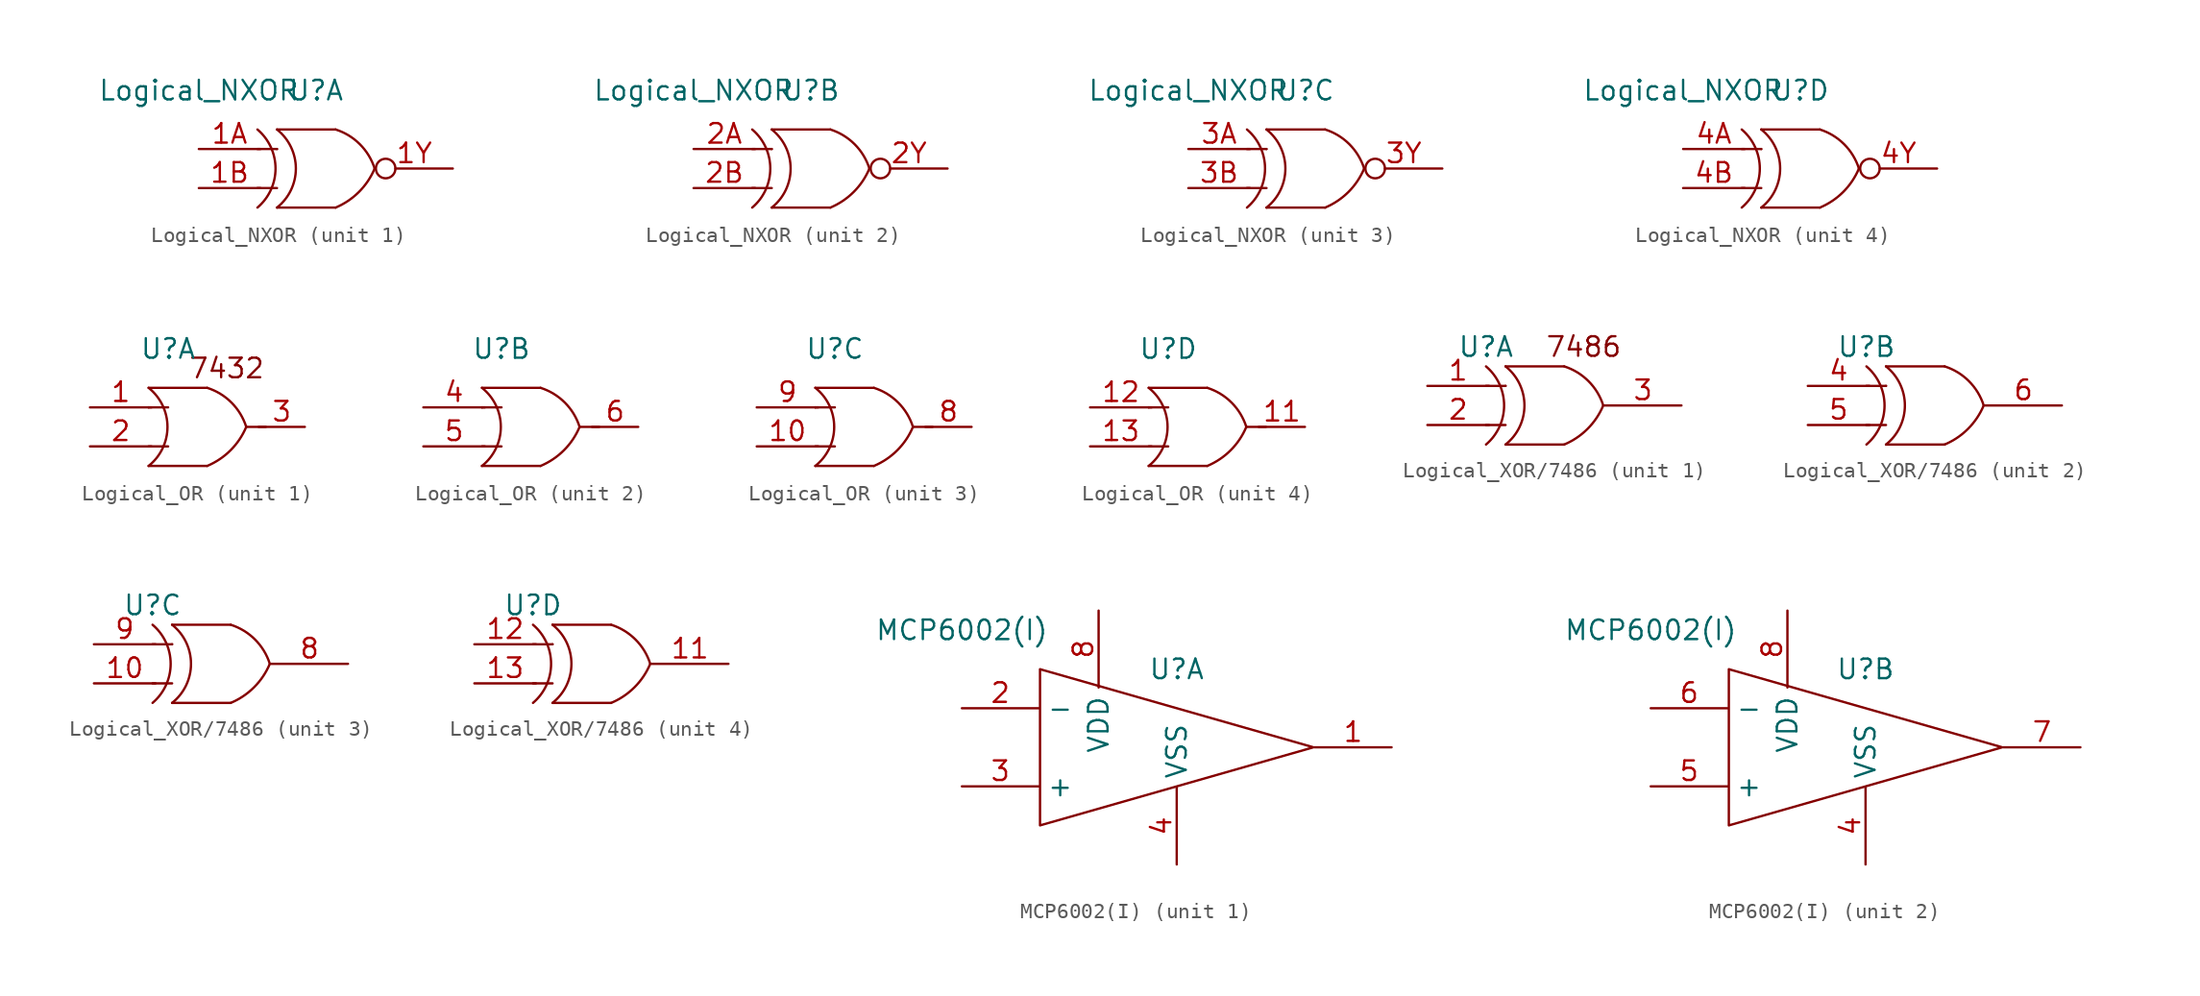
<source format=kicad_sym>
(kicad_symbol_lib
  (version 20231120)
  (generator "kicad_symbol_editor")
  (generator_version "8.0")
  (symbol "Logical_NXOR"
    (pin_names hide)
    (property "Reference" "U"
      (at 0 0 0)
      (effects (font (size 1.27 1.27))))
    (property "Value" "Logical_NXOR"
      (at -7.62 0 0)
      (effects (font (size 1.27 1.27))))
    (symbol "Logical_NXOR_0_1"
      (arc (start -3.81 -7.62) (mid -2.6339 -5.08) (end -3.81 -2.54) (stroke (width 0) (type default)) (fill (type none)))
      (arc (start -2.54 -7.62) (mid -1.3125 -5.08) (end -2.54 -2.54) (stroke (width 0) (type default)) (fill (type none)))
      (polyline (pts (xy -3.81 -6.35) (xy -2.54 -6.35)) (stroke (width 0) (type default)) (fill (type none)))
      (polyline (pts (xy -3.81 -3.81) (xy -2.54 -3.81)) (stroke (width 0) (type default)) (fill (type none)))
      (polyline (pts (xy -2.54 -7.62) (xy 1.27 -7.62)) (stroke (width 0) (type default)) (fill (type none)))
      (polyline (pts (xy -2.54 -3.81) (xy -2.54 -3.81)) (stroke (width 0) (type default)) (fill (type none)))
      (polyline (pts (xy -2.54 -2.54) (xy 1.27 -2.54)) (stroke (width 0) (type default)) (fill (type none)))
      (arc (start 1.27 -7.62) (mid 2.7904 -6.6004) (end 3.81 -5.08) (stroke (width 0) (type default)) (fill (type none)))
      (arc (start 3.81 -5.08) (mid 2.8496 -3.5004) (end 1.27 -2.54) (stroke (width 0) (type default)) (fill (type none))))
    (symbol "Logical_NXOR_1_1"
      (pin input line (at -7.62 -3.81 0) (length 4) (name "A" (effects (font (size 1.27 1.27)))) (number "1A" (effects (font (size 1.27 1.27)))))
      (pin input line (at -7.62 -6.35 0) (length 4) (name "B" (effects (font (size 1.27 1.27)))) (number "1B" (effects (font (size 1.27 1.27)))))
      (pin output inverted (at 8.89 -5.08 180) (length 5) (name "Y" (effects (font (size 1.27 1.27)))) (number "1Y" (effects (font (size 1.27 1.27))))))
    (symbol "Logical_NXOR_2_1"
      (pin input line (at -7.62 -3.81 0) (length 4) (name "A" (effects (font (size 1.27 1.27)))) (number "2A" (effects (font (size 1.27 1.27)))))
      (pin input line (at -7.62 -6.35 0) (length 4) (name "B" (effects (font (size 1.27 1.27)))) (number "2B" (effects (font (size 1.27 1.27)))))
      (pin output inverted (at 8.89 -5.08 180) (length 5) (name "Y" (effects (font (size 1.27 1.27)))) (number "2Y" (effects (font (size 1.27 1.27))))))
    (symbol "Logical_NXOR_3_1"
      (pin input line (at -7.62 -3.81 0) (length 4) (name "A" (effects (font (size 1.27 1.27)))) (number "3A" (effects (font (size 1.27 1.27)))))
      (pin input line (at -7.62 -6.35 0) (length 4) (name "B" (effects (font (size 1.27 1.27)))) (number "3B" (effects (font (size 1.27 1.27)))))
      (pin output inverted (at 8.89 -5.08 180) (length 5) (name "Y" (effects (font (size 1.27 1.27)))) (number "3Y" (effects (font (size 1.27 1.27))))))
    (symbol "Logical_NXOR_4_1"
      (pin input line (at -7.62 -3.81 0) (length 4) (name "A" (effects (font (size 1.27 1.27)))) (number "4A" (effects (font (size 1.27 1.27)))))
      (pin input line (at -7.62 -6.35 0) (length 4) (name "B" (effects (font (size 1.27 1.27)))) (number "4B" (effects (font (size 1.27 1.27)))))
      (pin output inverted (at 8.89 -5.08 180) (length 5) (name "Y" (effects (font (size 1.27 1.27)))) (number "4Y" (effects (font (size 1.27 1.27)))))))
  (symbol "Logical_OR"
    (pin_names hide)
    (property "Reference" "U"
      (at 0 0 0)
      (effects (font (size 1.27 1.27))))
    (symbol "Logical_OR_0_1"
      (arc (start -1.27 -7.62) (mid -0.0425 -5.08) (end -1.27 -2.54) (stroke (width 0) (type default)) (fill (type none)))
      (polyline (pts (xy -1.27 -7.62) (xy 2.54 -7.62)) (stroke (width 0) (type default)) (fill (type none)))
      (polyline (pts (xy -1.27 -6.35) (xy 0 -6.35)) (stroke (width 0) (type default)) (fill (type none)))
      (polyline (pts (xy -1.27 -3.81) (xy -1.27 -3.81)) (stroke (width 0) (type default)) (fill (type none)))
      (polyline (pts (xy -1.27 -3.81) (xy 0 -3.81)) (stroke (width 0) (type default)) (fill (type none)))
      (polyline (pts (xy -1.27 -2.54) (xy 2.54 -2.54)) (stroke (width 0) (type default)) (fill (type none)))
      (polyline (pts (xy 6.35 -5.08) (xy 5.08 -5.08) (xy 6.35 -5.08)) (stroke (width 0) (type default)) (fill (type none)))
      (arc (start 2.54 -7.62) (mid 4.0604 -6.6004) (end 5.08 -5.08) (stroke (width 0) (type default)) (fill (type none)))
      (arc (start 5.08 -5.08) (mid 4.1196 -3.5004) (end 2.54 -2.54) (stroke (width 0) (type default)) (fill (type none))))
    (symbol "Logical_OR_1_0"
      (text "7432" (at 3.81 -1.27 0) (effects (font (size 1.27 1.27)))))
    (symbol "Logical_OR_1_1"
      (pin input line (at -5.08 -3.81 0) (length 4) (name "A" (effects (font (size 1.27 1.27)))) (number "1" (effects (font (size 1.27 1.27)))))
      (pin input line (at -5.08 -6.35 0) (length 4) (name "B" (effects (font (size 1.27 1.27)))) (number "2" (effects (font (size 1.27 1.27)))))
      (pin output line (at 8.89 -5.08 180) (length 3) (name "Y" (effects (font (size 1.27 1.27)))) (number "3" (effects (font (size 1.27 1.27))))))
    (symbol "Logical_OR_2_1"
      (pin input line (at -5.08 -3.81 0) (length 4) (name "A" (effects (font (size 1.27 1.27)))) (number "4" (effects (font (size 1.27 1.27)))))
      (pin input line (at -5.08 -6.35 0) (length 4) (name "B" (effects (font (size 1.27 1.27)))) (number "5" (effects (font (size 1.27 1.27)))))
      (pin output line (at 8.89 -5.08 180) (length 3) (name "Y" (effects (font (size 1.27 1.27)))) (number "6" (effects (font (size 1.27 1.27))))))
    (symbol "Logical_OR_3_1"
      (pin input line (at -5.08 -6.35 0) (length 4) (name "B" (effects (font (size 1.27 1.27)))) (number "10" (effects (font (size 1.27 1.27)))))
      (pin output line (at 8.89 -5.08 180) (length 3) (name "Y" (effects (font (size 1.27 1.27)))) (number "8" (effects (font (size 1.27 1.27)))))
      (pin input line (at -5.08 -3.81 0) (length 4) (name "A" (effects (font (size 1.27 1.27)))) (number "9" (effects (font (size 1.27 1.27))))))
    (symbol "Logical_OR_4_1"
      (pin output line (at 8.89 -5.08 180) (length 3) (name "Y" (effects (font (size 1.27 1.27)))) (number "11" (effects (font (size 1.27 1.27)))))
      (pin input line (at -5.08 -3.81 0) (length 4) (name "A" (effects (font (size 1.27 1.27)))) (number "12" (effects (font (size 1.27 1.27)))))
      (pin input line (at -5.08 -6.35 0) (length 4) (name "B" (effects (font (size 1.27 1.27)))) (number "13" (effects (font (size 1.27 1.27)))))))
  (symbol "Logical_XOR/7486"
    (pin_names hide)
    (property "Reference" "U"
      (at -2.54 0 0)
      (effects (font (size 1.27 1.27))))
    (symbol "Logical_XOR/7486_0_1"
      (arc (start -2.54 -6.35) (mid -1.3639 -3.81) (end -2.54 -1.27) (stroke (width 0) (type default)) (fill (type none)))
      (arc (start -1.27 -6.35) (mid -0.0425 -3.81) (end -1.27 -1.27) (stroke (width 0) (type default)) (fill (type none)))
      (polyline (pts (xy -2.54 -5.08) (xy -1.27 -5.08)) (stroke (width 0) (type default)) (fill (type none)))
      (polyline (pts (xy -2.54 -2.54) (xy -1.27 -2.54)) (stroke (width 0) (type default)) (fill (type none)))
      (polyline (pts (xy -1.27 -6.35) (xy 2.54 -6.35)) (stroke (width 0) (type default)) (fill (type none)))
      (polyline (pts (xy -1.27 -2.54) (xy -1.27 -2.54)) (stroke (width 0) (type default)) (fill (type none)))
      (polyline (pts (xy -1.27 -1.27) (xy 2.54 -1.27)) (stroke (width 0) (type default)) (fill (type none)))
      (arc (start 2.54 -6.35) (mid 4.0604 -5.3304) (end 5.08 -3.81) (stroke (width 0) (type default)) (fill (type none)))
      (arc (start 5.08 -3.81) (mid 4.1196 -2.2304) (end 2.54 -1.27) (stroke (width 0) (type default)) (fill (type none))))
    (symbol "Logical_XOR/7486_1_0"
      (text "7486" (at 3.81 0 0) (effects (font (size 1.27 1.27)))))
    (symbol "Logical_XOR/7486_1_1"
      (pin input line (at -6.35 -2.54 0) (length 4) (name "A" (effects (font (size 1.27 1.27)))) (number "1" (effects (font (size 1.27 1.27)))))
      (pin input line (at -6.35 -5.08 0) (length 4) (name "B" (effects (font (size 1.27 1.27)))) (number "2" (effects (font (size 1.27 1.27)))))
      (pin output line (at 10.16 -3.81 180) (length 5) (name "Y" (effects (font (size 1.27 1.27)))) (number "3" (effects (font (size 1.27 1.27))))))
    (symbol "Logical_XOR/7486_2_1"
      (pin input line (at -6.35 -2.54 0) (length 4) (name "A" (effects (font (size 1.27 1.27)))) (number "4" (effects (font (size 1.27 1.27)))))
      (pin input line (at -6.35 -5.08 0) (length 4) (name "B" (effects (font (size 1.27 1.27)))) (number "5" (effects (font (size 1.27 1.27)))))
      (pin output line (at 10.16 -3.81 180) (length 5) (name "Y" (effects (font (size 1.27 1.27)))) (number "6" (effects (font (size 1.27 1.27))))))
    (symbol "Logical_XOR/7486_3_1"
      (pin input line (at -6.35 -5.08 0) (length 4) (name "B" (effects (font (size 1.27 1.27)))) (number "10" (effects (font (size 1.27 1.27)))))
      (pin output line (at 10.16 -3.81 180) (length 5) (name "Y" (effects (font (size 1.27 1.27)))) (number "8" (effects (font (size 1.27 1.27)))))
      (pin input line (at -6.35 -2.54 0) (length 4) (name "A" (effects (font (size 1.27 1.27)))) (number "9" (effects (font (size 1.27 1.27))))))
    (symbol "Logical_XOR/7486_4_1"
      (pin output line (at 10.16 -3.81 180) (length 5) (name "Y" (effects (font (size 1.27 1.27)))) (number "11" (effects (font (size 1.27 1.27)))))
      (pin input line (at -6.35 -2.54 0) (length 4) (name "A" (effects (font (size 1.27 1.27)))) (number "12" (effects (font (size 1.27 1.27)))))
      (pin input line (at -6.35 -5.08 0) (length 4) (name "B" (effects (font (size 1.27 1.27)))) (number "13" (effects (font (size 1.27 1.27)))))))
  (symbol "MCP6002(I)"
    (property "Reference" "U"
      (at 5.08 -3.81 0)
      (effects (font (size 1.27 1.27))))
    (property "Value" "MCP6002(I)"
      (at -8.89 -1.27 0)
      (effects (font (size 1.27 1.27))))
    (symbol "MCP6002(I)_0_1"
      (polyline (pts (xy -3.81 -3.81) (xy -3.81 -13.97) (xy 13.97 -8.89) (xy -3.81 -3.81)) (stroke (width 0) (type default)) (fill (type none))))
    (symbol "MCP6002(I)_1_1"
      (pin output line (at 19.05 -8.89 180) (length 5) (name "" (effects (font (size 1.27 1.27)))) (number "1" (effects (font (size 1.27 1.27)))))
      (pin input line (at -8.89 -6.35 0) (length 5) (name "-" (effects (font (size 1.27 1.27)))) (number "2" (effects (font (size 1.27 1.27)))))
      (pin input line (at -8.89 -11.43 0) (length 5) (name "+" (effects (font (size 1.27 1.27)))) (number "3" (effects (font (size 1.27 1.27)))))
      (pin input line (at 5.08 -16.51 90) (length 5) (name "VSS" (effects (font (size 1.27 1.27)))) (number "4" (effects (font (size 1.27 1.27)))))
      (pin input line (at 0 0 270) (length 5) (name "VDD" (effects (font (size 1.27 1.27)))) (number "8" (effects (font (size 1.27 1.27))))))
    (symbol "MCP6002(I)_2_1"
      (pin input line (at 5.08 -16.51 90) (length 5) (name "VSS" (effects (font (size 1.27 1.27)))) (number "4" (effects (font (size 1.27 1.27)))))
      (pin input line (at -8.89 -11.43 0) (length 5) (name "+" (effects (font (size 1.27 1.27)))) (number "5" (effects (font (size 1.27 1.27)))))
      (pin input line (at -8.89 -6.35 0) (length 5) (name "-" (effects (font (size 1.27 1.27)))) (number "6" (effects (font (size 1.27 1.27)))))
      (pin output line (at 19.05 -8.89 180) (length 5) (name "" (effects (font (size 1.27 1.27)))) (number "7" (effects (font (size 1.27 1.27)))))
      (pin input line (at 0 0 270) (length 5) (name "VDD" (effects (font (size 1.27 1.27)))) (number "8" (effects (font (size 1.27 1.27))))))))
</source>
